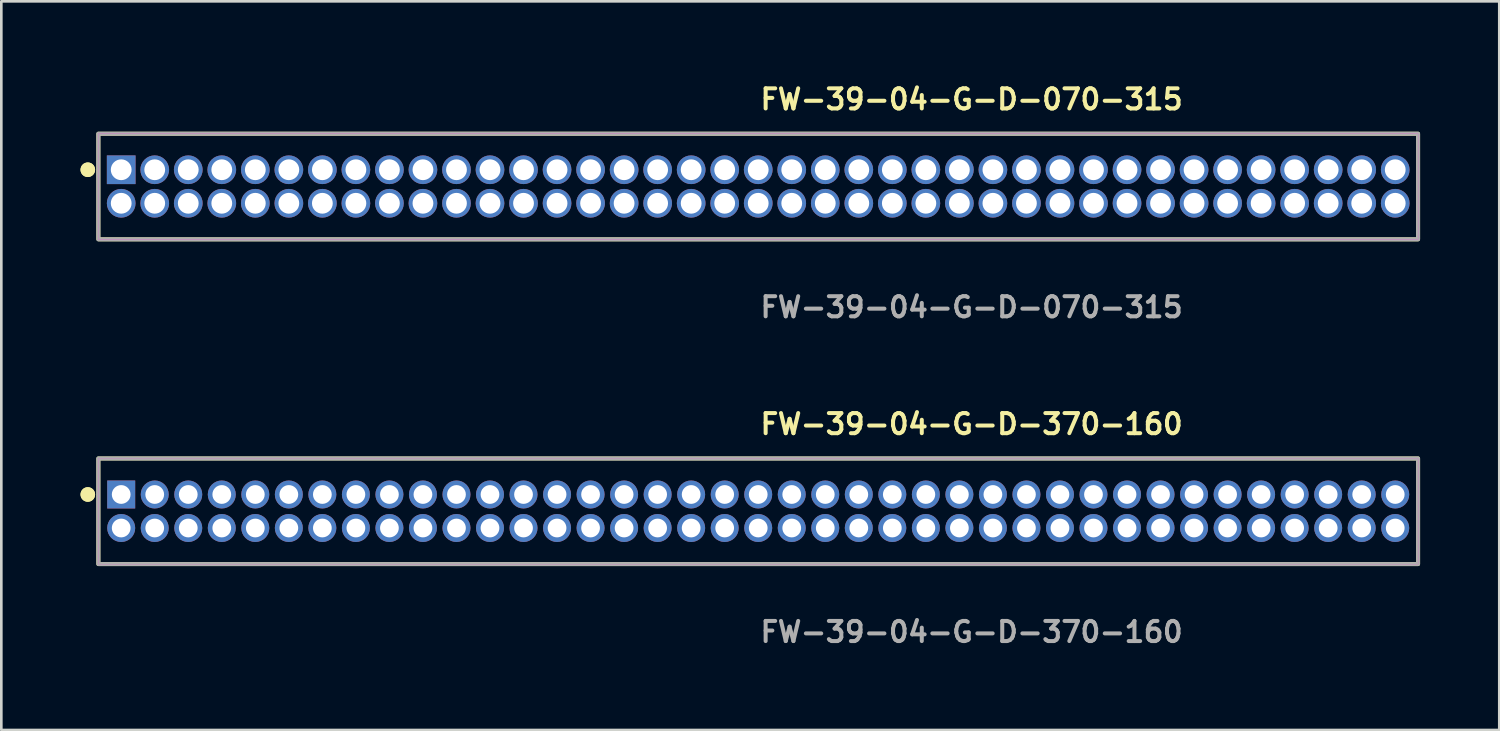
<source format=kicad_pcb>
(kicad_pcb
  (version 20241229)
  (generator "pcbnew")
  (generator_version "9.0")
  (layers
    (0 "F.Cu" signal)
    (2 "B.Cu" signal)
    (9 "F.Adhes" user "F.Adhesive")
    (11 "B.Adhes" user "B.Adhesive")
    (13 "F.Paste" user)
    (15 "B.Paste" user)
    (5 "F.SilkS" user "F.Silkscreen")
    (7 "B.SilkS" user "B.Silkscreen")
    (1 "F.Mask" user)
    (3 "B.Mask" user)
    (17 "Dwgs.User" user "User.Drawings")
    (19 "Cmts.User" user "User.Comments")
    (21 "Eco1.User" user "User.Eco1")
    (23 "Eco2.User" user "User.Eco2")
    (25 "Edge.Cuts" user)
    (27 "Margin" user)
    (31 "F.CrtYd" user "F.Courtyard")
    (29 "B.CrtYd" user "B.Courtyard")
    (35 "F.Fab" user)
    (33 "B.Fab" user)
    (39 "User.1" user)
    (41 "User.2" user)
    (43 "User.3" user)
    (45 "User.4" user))
  (footprint "FW-39-04-G-D-070-315"
    (layer "F.Cu")
    (at 25.671 4.015)
    (property "Reference" "FW-39-04-G-D-070-315" (at 0 -3.302 0) (unlocked yes) (layer "F.SilkS") (effects (font (size 0.762 0.762) (thickness 0.152)) (justify left)))
    (fp_rect (start -24.995 2) (end 24.995 -2) (stroke (width 0.152) (type solid)) (fill no) (layer "F.SilkS"))
    (fp_circle (center -25.395 -0.635) (end -25.595 -0.635) (stroke (width 0.152) (type solid)) (fill yes) (layer "F.SilkS"))
    (fp_circle (center -25.395 -0.635) (end -25.595 -0.635) (stroke (width 0.152) (type solid)) (fill yes) (layer "F.SilkS"))
    (fp_rect (start -24.995 2) (end 24.995 -2) (stroke (width 0.006) (type solid)) (fill no) (layer "F.CrtYd"))
    (fp_rect (start -24.995 2) (end 24.995 -2) (stroke (width 0.152) (type solid)) (fill no) (layer "F.Fab"))
    (fp_text user "${REFERENCE}" (at 0 4.572 0) (unlocked yes) (layer "F.Fab") (effects (font (size 0.762 0.762) (thickness 0.152)) (justify left)))
    (pad "1" thru_hole rect (at -24.13 -0.635) (size 1.087 1.087) (drill 0.787) (layers "*.Cu" "*.Mask"))
    (pad "2" thru_hole circle (at -24.13 0.635) (size 1.087 1.087) (drill 0.787) (layers "*.Cu" "*.Mask"))
    (pad "3" thru_hole circle (at -22.86 -0.635) (size 1.087 1.087) (drill 0.787) (layers "*.Cu" "*.Mask"))
    (pad "4" thru_hole circle (at -22.86 0.635) (size 1.087 1.087) (drill 0.787) (layers "*.Cu" "*.Mask"))
    (pad "5" thru_hole circle (at -21.59 -0.635) (size 1.087 1.087) (drill 0.787) (layers "*.Cu" "*.Mask"))
    (pad "6" thru_hole circle (at -21.59 0.635) (size 1.087 1.087) (drill 0.787) (layers "*.Cu" "*.Mask"))
    (pad "7" thru_hole circle (at -20.32 -0.635) (size 1.087 1.087) (drill 0.787) (layers "*.Cu" "*.Mask"))
    (pad "8" thru_hole circle (at -20.32 0.635) (size 1.087 1.087) (drill 0.787) (layers "*.Cu" "*.Mask"))
    (pad "9" thru_hole circle (at -19.05 -0.635) (size 1.087 1.087) (drill 0.787) (layers "*.Cu" "*.Mask"))
    (pad "10" thru_hole circle (at -19.05 0.635) (size 1.087 1.087) (drill 0.787) (layers "*.Cu" "*.Mask"))
    (pad "11" thru_hole circle (at -17.78 -0.635) (size 1.087 1.087) (drill 0.787) (layers "*.Cu" "*.Mask"))
    (pad "12" thru_hole circle (at -17.78 0.635) (size 1.087 1.087) (drill 0.787) (layers "*.Cu" "*.Mask"))
    (pad "13" thru_hole circle (at -16.51 -0.635) (size 1.087 1.087) (drill 0.787) (layers "*.Cu" "*.Mask"))
    (pad "14" thru_hole circle (at -16.51 0.635) (size 1.087 1.087) (drill 0.787) (layers "*.Cu" "*.Mask"))
    (pad "15" thru_hole circle (at -15.24 -0.635) (size 1.087 1.087) (drill 0.787) (layers "*.Cu" "*.Mask"))
    (pad "16" thru_hole circle (at -15.24 0.635) (size 1.087 1.087) (drill 0.787) (layers "*.Cu" "*.Mask"))
    (pad "17" thru_hole circle (at -13.97 -0.635) (size 1.087 1.087) (drill 0.787) (layers "*.Cu" "*.Mask"))
    (pad "18" thru_hole circle (at -13.97 0.635) (size 1.087 1.087) (drill 0.787) (layers "*.Cu" "*.Mask"))
    (pad "19" thru_hole circle (at -12.7 -0.635) (size 1.087 1.087) (drill 0.787) (layers "*.Cu" "*.Mask"))
    (pad "20" thru_hole circle (at -12.7 0.635) (size 1.087 1.087) (drill 0.787) (layers "*.Cu" "*.Mask"))
    (pad "21" thru_hole circle (at -11.43 -0.635) (size 1.087 1.087) (drill 0.787) (layers "*.Cu" "*.Mask"))
    (pad "22" thru_hole circle (at -11.43 0.635) (size 1.087 1.087) (drill 0.787) (layers "*.Cu" "*.Mask"))
    (pad "23" thru_hole circle (at -10.16 -0.635) (size 1.087 1.087) (drill 0.787) (layers "*.Cu" "*.Mask"))
    (pad "24" thru_hole circle (at -10.16 0.635) (size 1.087 1.087) (drill 0.787) (layers "*.Cu" "*.Mask"))
    (pad "25" thru_hole circle (at -8.89 -0.635) (size 1.087 1.087) (drill 0.787) (layers "*.Cu" "*.Mask"))
    (pad "26" thru_hole circle (at -8.89 0.635) (size 1.087 1.087) (drill 0.787) (layers "*.Cu" "*.Mask"))
    (pad "27" thru_hole circle (at -7.62 -0.635) (size 1.087 1.087) (drill 0.787) (layers "*.Cu" "*.Mask"))
    (pad "28" thru_hole circle (at -7.62 0.635) (size 1.087 1.087) (drill 0.787) (layers "*.Cu" "*.Mask"))
    (pad "29" thru_hole circle (at -6.35 -0.635) (size 1.087 1.087) (drill 0.787) (layers "*.Cu" "*.Mask"))
    (pad "30" thru_hole circle (at -6.35 0.635) (size 1.087 1.087) (drill 0.787) (layers "*.Cu" "*.Mask"))
    (pad "31" thru_hole circle (at -5.08 -0.635) (size 1.087 1.087) (drill 0.787) (layers "*.Cu" "*.Mask"))
    (pad "32" thru_hole circle (at -5.08 0.635) (size 1.087 1.087) (drill 0.787) (layers "*.Cu" "*.Mask"))
    (pad "33" thru_hole circle (at -3.81 -0.635) (size 1.087 1.087) (drill 0.787) (layers "*.Cu" "*.Mask"))
    (pad "34" thru_hole circle (at -3.81 0.635) (size 1.087 1.087) (drill 0.787) (layers "*.Cu" "*.Mask"))
    (pad "35" thru_hole circle (at -2.54 -0.635) (size 1.087 1.087) (drill 0.787) (layers "*.Cu" "*.Mask"))
    (pad "36" thru_hole circle (at -2.54 0.635) (size 1.087 1.087) (drill 0.787) (layers "*.Cu" "*.Mask"))
    (pad "37" thru_hole circle (at -1.27 -0.635) (size 1.087 1.087) (drill 0.787) (layers "*.Cu" "*.Mask"))
    (pad "38" thru_hole circle (at -1.27 0.635) (size 1.087 1.087) (drill 0.787) (layers "*.Cu" "*.Mask"))
    (pad "39" thru_hole circle (at 0 -0.635) (size 1.087 1.087) (drill 0.787) (layers "*.Cu" "*.Mask"))
    (pad "40" thru_hole circle (at 0 0.635) (size 1.087 1.087) (drill 0.787) (layers "*.Cu" "*.Mask"))
    (pad "41" thru_hole circle (at 1.27 -0.635) (size 1.087 1.087) (drill 0.787) (layers "*.Cu" "*.Mask"))
    (pad "42" thru_hole circle (at 1.27 0.635) (size 1.087 1.087) (drill 0.787) (layers "*.Cu" "*.Mask"))
    (pad "43" thru_hole circle (at 2.54 -0.635) (size 1.087 1.087) (drill 0.787) (layers "*.Cu" "*.Mask"))
    (pad "44" thru_hole circle (at 2.54 0.635) (size 1.087 1.087) (drill 0.787) (layers "*.Cu" "*.Mask"))
    (pad "45" thru_hole circle (at 3.81 -0.635) (size 1.087 1.087) (drill 0.787) (layers "*.Cu" "*.Mask"))
    (pad "46" thru_hole circle (at 3.81 0.635) (size 1.087 1.087) (drill 0.787) (layers "*.Cu" "*.Mask"))
    (pad "47" thru_hole circle (at 5.08 -0.635) (size 1.087 1.087) (drill 0.787) (layers "*.Cu" "*.Mask"))
    (pad "48" thru_hole circle (at 5.08 0.635) (size 1.087 1.087) (drill 0.787) (layers "*.Cu" "*.Mask"))
    (pad "49" thru_hole circle (at 6.35 -0.635) (size 1.087 1.087) (drill 0.787) (layers "*.Cu" "*.Mask"))
    (pad "50" thru_hole circle (at 6.35 0.635) (size 1.087 1.087) (drill 0.787) (layers "*.Cu" "*.Mask"))
    (pad "51" thru_hole circle (at 7.62 -0.635) (size 1.087 1.087) (drill 0.787) (layers "*.Cu" "*.Mask"))
    (pad "52" thru_hole circle (at 7.62 0.635) (size 1.087 1.087) (drill 0.787) (layers "*.Cu" "*.Mask"))
    (pad "53" thru_hole circle (at 8.89 -0.635) (size 1.087 1.087) (drill 0.787) (layers "*.Cu" "*.Mask"))
    (pad "54" thru_hole circle (at 8.89 0.635) (size 1.087 1.087) (drill 0.787) (layers "*.Cu" "*.Mask"))
    (pad "55" thru_hole circle (at 10.16 -0.635) (size 1.087 1.087) (drill 0.787) (layers "*.Cu" "*.Mask"))
    (pad "56" thru_hole circle (at 10.16 0.635) (size 1.087 1.087) (drill 0.787) (layers "*.Cu" "*.Mask"))
    (pad "57" thru_hole circle (at 11.43 -0.635) (size 1.087 1.087) (drill 0.787) (layers "*.Cu" "*.Mask"))
    (pad "58" thru_hole circle (at 11.43 0.635) (size 1.087 1.087) (drill 0.787) (layers "*.Cu" "*.Mask"))
    (pad "59" thru_hole circle (at 12.7 -0.635) (size 1.087 1.087) (drill 0.787) (layers "*.Cu" "*.Mask"))
    (pad "60" thru_hole circle (at 12.7 0.635) (size 1.087 1.087) (drill 0.787) (layers "*.Cu" "*.Mask"))
    (pad "61" thru_hole circle (at 13.97 -0.635) (size 1.087 1.087) (drill 0.787) (layers "*.Cu" "*.Mask"))
    (pad "62" thru_hole circle (at 13.97 0.635) (size 1.087 1.087) (drill 0.787) (layers "*.Cu" "*.Mask"))
    (pad "63" thru_hole circle (at 15.24 -0.635) (size 1.087 1.087) (drill 0.787) (layers "*.Cu" "*.Mask"))
    (pad "64" thru_hole circle (at 15.24 0.635) (size 1.087 1.087) (drill 0.787) (layers "*.Cu" "*.Mask"))
    (pad "65" thru_hole circle (at 16.51 -0.635) (size 1.087 1.087) (drill 0.787) (layers "*.Cu" "*.Mask"))
    (pad "66" thru_hole circle (at 16.51 0.635) (size 1.087 1.087) (drill 0.787) (layers "*.Cu" "*.Mask"))
    (pad "67" thru_hole circle (at 17.78 -0.635) (size 1.087 1.087) (drill 0.787) (layers "*.Cu" "*.Mask"))
    (pad "68" thru_hole circle (at 17.78 0.635) (size 1.087 1.087) (drill 0.787) (layers "*.Cu" "*.Mask"))
    (pad "69" thru_hole circle (at 19.05 -0.635) (size 1.087 1.087) (drill 0.787) (layers "*.Cu" "*.Mask"))
    (pad "70" thru_hole circle (at 19.05 0.635) (size 1.087 1.087) (drill 0.787) (layers "*.Cu" "*.Mask"))
    (pad "71" thru_hole circle (at 20.32 -0.635) (size 1.087 1.087) (drill 0.787) (layers "*.Cu" "*.Mask"))
    (pad "72" thru_hole circle (at 20.32 0.635) (size 1.087 1.087) (drill 0.787) (layers "*.Cu" "*.Mask"))
    (pad "73" thru_hole circle (at 21.59 -0.635) (size 1.087 1.087) (drill 0.787) (layers "*.Cu" "*.Mask"))
    (pad "74" thru_hole circle (at 21.59 0.635) (size 1.087 1.087) (drill 0.787) (layers "*.Cu" "*.Mask"))
    (pad "75" thru_hole circle (at 22.86 -0.635) (size 1.087 1.087) (drill 0.787) (layers "*.Cu" "*.Mask"))
    (pad "76" thru_hole circle (at 22.86 0.635) (size 1.087 1.087) (drill 0.787) (layers "*.Cu" "*.Mask"))
    (pad "77" thru_hole circle (at 24.13 -0.635) (size 1.087 1.087) (drill 0.787) (layers "*.Cu" "*.Mask"))
    (pad "78" thru_hole circle (at 24.13 0.635) (size 1.087 1.087) (drill 0.787) (layers "*.Cu" "*.Mask")))
  (footprint "FW-39-04-G-D-370-160"
    (layer "F.Cu")
    (at 25.671 16.316)
    (property "Reference" "FW-39-04-G-D-370-160" (at 0 -3.302 0) (unlocked yes) (layer "F.SilkS") (effects (font (size 0.762 0.762) (thickness 0.152)) (justify left)))
    (fp_rect (start -24.995 2) (end 24.995 -2) (stroke (width 0.152) (type solid)) (fill no) (layer "F.SilkS"))
    (fp_circle (center -25.395 -0.635) (end -25.595 -0.635) (stroke (width 0.152) (type solid)) (fill yes) (layer "F.SilkS"))
    (fp_circle (center -25.395 -0.635) (end -25.595 -0.635) (stroke (width 0.152) (type solid)) (fill yes) (layer "F.SilkS"))
    (fp_rect (start -24.995 2) (end 24.995 -2) (stroke (width 0.006) (type solid)) (fill no) (layer "F.CrtYd"))
    (fp_rect (start -24.995 2) (end 24.995 -2) (stroke (width 0.152) (type solid)) (fill no) (layer "F.Fab"))
    (fp_text user "${REFERENCE}" (at 0 4.572 0) (unlocked yes) (layer "F.Fab") (effects (font (size 0.762 0.762) (thickness 0.152)) (justify left)))
    (pad "1" thru_hole rect (at -24.13 -0.635) (size 1.06 1.06) (drill 0.71) (layers "*.Cu" "*.Mask"))
    (pad "2" thru_hole circle (at -24.13 0.635) (size 1.06 1.06) (drill 0.71) (layers "*.Cu" "*.Mask"))
    (pad "3" thru_hole circle (at -22.86 -0.635) (size 1.06 1.06) (drill 0.71) (layers "*.Cu" "*.Mask"))
    (pad "4" thru_hole circle (at -22.86 0.635) (size 1.06 1.06) (drill 0.71) (layers "*.Cu" "*.Mask"))
    (pad "5" thru_hole circle (at -21.59 -0.635) (size 1.06 1.06) (drill 0.71) (layers "*.Cu" "*.Mask"))
    (pad "6" thru_hole circle (at -21.59 0.635) (size 1.06 1.06) (drill 0.71) (layers "*.Cu" "*.Mask"))
    (pad "7" thru_hole circle (at -20.32 -0.635) (size 1.06 1.06) (drill 0.71) (layers "*.Cu" "*.Mask"))
    (pad "8" thru_hole circle (at -20.32 0.635) (size 1.06 1.06) (drill 0.71) (layers "*.Cu" "*.Mask"))
    (pad "9" thru_hole circle (at -19.05 -0.635) (size 1.06 1.06) (drill 0.71) (layers "*.Cu" "*.Mask"))
    (pad "10" thru_hole circle (at -19.05 0.635) (size 1.06 1.06) (drill 0.71) (layers "*.Cu" "*.Mask"))
    (pad "11" thru_hole circle (at -17.78 -0.635) (size 1.06 1.06) (drill 0.71) (layers "*.Cu" "*.Mask"))
    (pad "12" thru_hole circle (at -17.78 0.635) (size 1.06 1.06) (drill 0.71) (layers "*.Cu" "*.Mask"))
    (pad "13" thru_hole circle (at -16.51 -0.635) (size 1.06 1.06) (drill 0.71) (layers "*.Cu" "*.Mask"))
    (pad "14" thru_hole circle (at -16.51 0.635) (size 1.06 1.06) (drill 0.71) (layers "*.Cu" "*.Mask"))
    (pad "15" thru_hole circle (at -15.24 -0.635) (size 1.06 1.06) (drill 0.71) (layers "*.Cu" "*.Mask"))
    (pad "16" thru_hole circle (at -15.24 0.635) (size 1.06 1.06) (drill 0.71) (layers "*.Cu" "*.Mask"))
    (pad "17" thru_hole circle (at -13.97 -0.635) (size 1.06 1.06) (drill 0.71) (layers "*.Cu" "*.Mask"))
    (pad "18" thru_hole circle (at -13.97 0.635) (size 1.06 1.06) (drill 0.71) (layers "*.Cu" "*.Mask"))
    (pad "19" thru_hole circle (at -12.7 -0.635) (size 1.06 1.06) (drill 0.71) (layers "*.Cu" "*.Mask"))
    (pad "20" thru_hole circle (at -12.7 0.635) (size 1.06 1.06) (drill 0.71) (layers "*.Cu" "*.Mask"))
    (pad "21" thru_hole circle (at -11.43 -0.635) (size 1.06 1.06) (drill 0.71) (layers "*.Cu" "*.Mask"))
    (pad "22" thru_hole circle (at -11.43 0.635) (size 1.06 1.06) (drill 0.71) (layers "*.Cu" "*.Mask"))
    (pad "23" thru_hole circle (at -10.16 -0.635) (size 1.06 1.06) (drill 0.71) (layers "*.Cu" "*.Mask"))
    (pad "24" thru_hole circle (at -10.16 0.635) (size 1.06 1.06) (drill 0.71) (layers "*.Cu" "*.Mask"))
    (pad "25" thru_hole circle (at -8.89 -0.635) (size 1.06 1.06) (drill 0.71) (layers "*.Cu" "*.Mask"))
    (pad "26" thru_hole circle (at -8.89 0.635) (size 1.06 1.06) (drill 0.71) (layers "*.Cu" "*.Mask"))
    (pad "27" thru_hole circle (at -7.62 -0.635) (size 1.06 1.06) (drill 0.71) (layers "*.Cu" "*.Mask"))
    (pad "28" thru_hole circle (at -7.62 0.635) (size 1.06 1.06) (drill 0.71) (layers "*.Cu" "*.Mask"))
    (pad "29" thru_hole circle (at -6.35 -0.635) (size 1.06 1.06) (drill 0.71) (layers "*.Cu" "*.Mask"))
    (pad "30" thru_hole circle (at -6.35 0.635) (size 1.06 1.06) (drill 0.71) (layers "*.Cu" "*.Mask"))
    (pad "31" thru_hole circle (at -5.08 -0.635) (size 1.06 1.06) (drill 0.71) (layers "*.Cu" "*.Mask"))
    (pad "32" thru_hole circle (at -5.08 0.635) (size 1.06 1.06) (drill 0.71) (layers "*.Cu" "*.Mask"))
    (pad "33" thru_hole circle (at -3.81 -0.635) (size 1.06 1.06) (drill 0.71) (layers "*.Cu" "*.Mask"))
    (pad "34" thru_hole circle (at -3.81 0.635) (size 1.06 1.06) (drill 0.71) (layers "*.Cu" "*.Mask"))
    (pad "35" thru_hole circle (at -2.54 -0.635) (size 1.06 1.06) (drill 0.71) (layers "*.Cu" "*.Mask"))
    (pad "36" thru_hole circle (at -2.54 0.635) (size 1.06 1.06) (drill 0.71) (layers "*.Cu" "*.Mask"))
    (pad "37" thru_hole circle (at -1.27 -0.635) (size 1.06 1.06) (drill 0.71) (layers "*.Cu" "*.Mask"))
    (pad "38" thru_hole circle (at -1.27 0.635) (size 1.06 1.06) (drill 0.71) (layers "*.Cu" "*.Mask"))
    (pad "39" thru_hole circle (at 0 -0.635) (size 1.06 1.06) (drill 0.71) (layers "*.Cu" "*.Mask"))
    (pad "40" thru_hole circle (at 0 0.635) (size 1.06 1.06) (drill 0.71) (layers "*.Cu" "*.Mask"))
    (pad "41" thru_hole circle (at 1.27 -0.635) (size 1.06 1.06) (drill 0.71) (layers "*.Cu" "*.Mask"))
    (pad "42" thru_hole circle (at 1.27 0.635) (size 1.06 1.06) (drill 0.71) (layers "*.Cu" "*.Mask"))
    (pad "43" thru_hole circle (at 2.54 -0.635) (size 1.06 1.06) (drill 0.71) (layers "*.Cu" "*.Mask"))
    (pad "44" thru_hole circle (at 2.54 0.635) (size 1.06 1.06) (drill 0.71) (layers "*.Cu" "*.Mask"))
    (pad "45" thru_hole circle (at 3.81 -0.635) (size 1.06 1.06) (drill 0.71) (layers "*.Cu" "*.Mask"))
    (pad "46" thru_hole circle (at 3.81 0.635) (size 1.06 1.06) (drill 0.71) (layers "*.Cu" "*.Mask"))
    (pad "47" thru_hole circle (at 5.08 -0.635) (size 1.06 1.06) (drill 0.71) (layers "*.Cu" "*.Mask"))
    (pad "48" thru_hole circle (at 5.08 0.635) (size 1.06 1.06) (drill 0.71) (layers "*.Cu" "*.Mask"))
    (pad "49" thru_hole circle (at 6.35 -0.635) (size 1.06 1.06) (drill 0.71) (layers "*.Cu" "*.Mask"))
    (pad "50" thru_hole circle (at 6.35 0.635) (size 1.06 1.06) (drill 0.71) (layers "*.Cu" "*.Mask"))
    (pad "51" thru_hole circle (at 7.62 -0.635) (size 1.06 1.06) (drill 0.71) (layers "*.Cu" "*.Mask"))
    (pad "52" thru_hole circle (at 7.62 0.635) (size 1.06 1.06) (drill 0.71) (layers "*.Cu" "*.Mask"))
    (pad "53" thru_hole circle (at 8.89 -0.635) (size 1.06 1.06) (drill 0.71) (layers "*.Cu" "*.Mask"))
    (pad "54" thru_hole circle (at 8.89 0.635) (size 1.06 1.06) (drill 0.71) (layers "*.Cu" "*.Mask"))
    (pad "55" thru_hole circle (at 10.16 -0.635) (size 1.06 1.06) (drill 0.71) (layers "*.Cu" "*.Mask"))
    (pad "56" thru_hole circle (at 10.16 0.635) (size 1.06 1.06) (drill 0.71) (layers "*.Cu" "*.Mask"))
    (pad "57" thru_hole circle (at 11.43 -0.635) (size 1.06 1.06) (drill 0.71) (layers "*.Cu" "*.Mask"))
    (pad "58" thru_hole circle (at 11.43 0.635) (size 1.06 1.06) (drill 0.71) (layers "*.Cu" "*.Mask"))
    (pad "59" thru_hole circle (at 12.7 -0.635) (size 1.06 1.06) (drill 0.71) (layers "*.Cu" "*.Mask"))
    (pad "60" thru_hole circle (at 12.7 0.635) (size 1.06 1.06) (drill 0.71) (layers "*.Cu" "*.Mask"))
    (pad "61" thru_hole circle (at 13.97 -0.635) (size 1.06 1.06) (drill 0.71) (layers "*.Cu" "*.Mask"))
    (pad "62" thru_hole circle (at 13.97 0.635) (size 1.06 1.06) (drill 0.71) (layers "*.Cu" "*.Mask"))
    (pad "63" thru_hole circle (at 15.24 -0.635) (size 1.06 1.06) (drill 0.71) (layers "*.Cu" "*.Mask"))
    (pad "64" thru_hole circle (at 15.24 0.635) (size 1.06 1.06) (drill 0.71) (layers "*.Cu" "*.Mask"))
    (pad "65" thru_hole circle (at 16.51 -0.635) (size 1.06 1.06) (drill 0.71) (layers "*.Cu" "*.Mask"))
    (pad "66" thru_hole circle (at 16.51 0.635) (size 1.06 1.06) (drill 0.71) (layers "*.Cu" "*.Mask"))
    (pad "67" thru_hole circle (at 17.78 -0.635) (size 1.06 1.06) (drill 0.71) (layers "*.Cu" "*.Mask"))
    (pad "68" thru_hole circle (at 17.78 0.635) (size 1.06 1.06) (drill 0.71) (layers "*.Cu" "*.Mask"))
    (pad "69" thru_hole circle (at 19.05 -0.635) (size 1.06 1.06) (drill 0.71) (layers "*.Cu" "*.Mask"))
    (pad "70" thru_hole circle (at 19.05 0.635) (size 1.06 1.06) (drill 0.71) (layers "*.Cu" "*.Mask"))
    (pad "71" thru_hole circle (at 20.32 -0.635) (size 1.06 1.06) (drill 0.71) (layers "*.Cu" "*.Mask"))
    (pad "72" thru_hole circle (at 20.32 0.635) (size 1.06 1.06) (drill 0.71) (layers "*.Cu" "*.Mask"))
    (pad "73" thru_hole circle (at 21.59 -0.635) (size 1.06 1.06) (drill 0.71) (layers "*.Cu" "*.Mask"))
    (pad "74" thru_hole circle (at 21.59 0.635) (size 1.06 1.06) (drill 0.71) (layers "*.Cu" "*.Mask"))
    (pad "75" thru_hole circle (at 22.86 -0.635) (size 1.06 1.06) (drill 0.71) (layers "*.Cu" "*.Mask"))
    (pad "76" thru_hole circle (at 22.86 0.635) (size 1.06 1.06) (drill 0.71) (layers "*.Cu" "*.Mask"))
    (pad "77" thru_hole circle (at 24.13 -0.635) (size 1.06 1.06) (drill 0.71) (layers "*.Cu" "*.Mask"))
    (pad "78" thru_hole circle (at 24.13 0.635) (size 1.06 1.06) (drill 0.71) (layers "*.Cu" "*.Mask")))
  (gr_rect
    (start -3 -3)
    (end 53.742 24.601)
    (stroke (width 0.1) (type default))
    (fill no)
    (layer "Edge.Cuts")))
</source>
